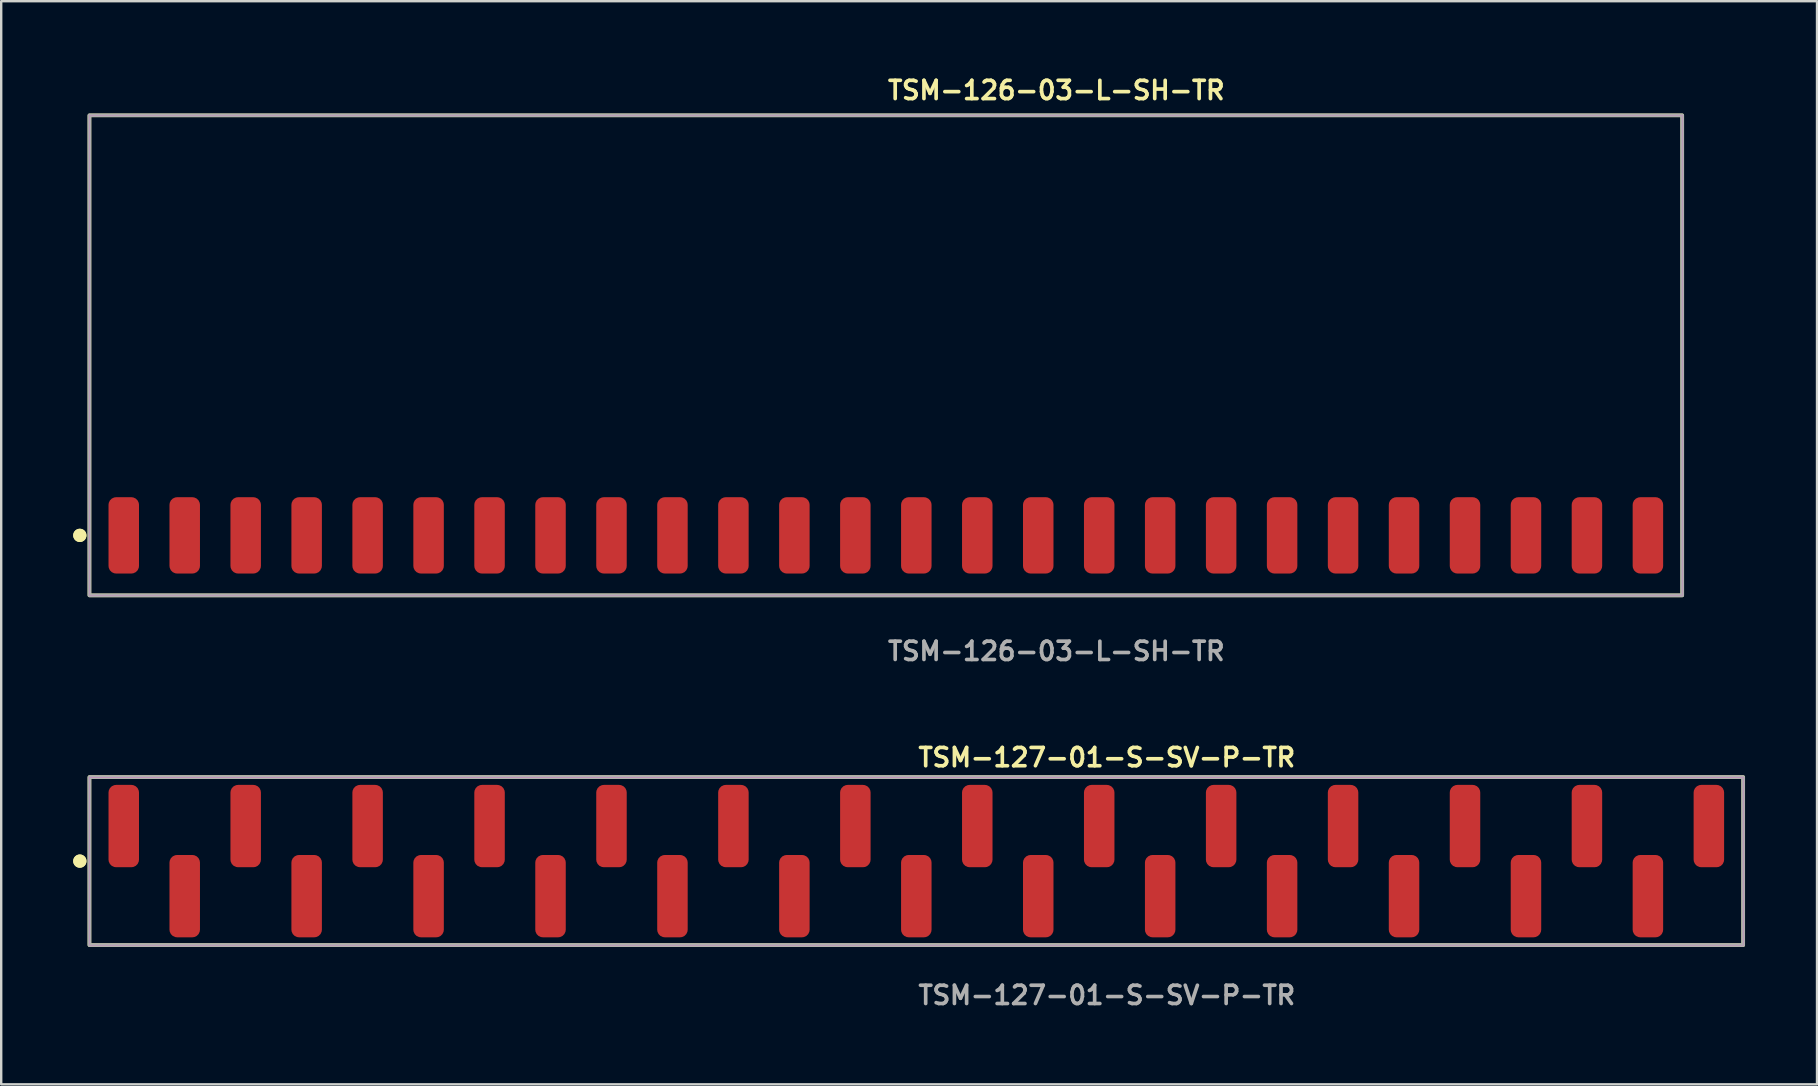
<source format=kicad_pcb>
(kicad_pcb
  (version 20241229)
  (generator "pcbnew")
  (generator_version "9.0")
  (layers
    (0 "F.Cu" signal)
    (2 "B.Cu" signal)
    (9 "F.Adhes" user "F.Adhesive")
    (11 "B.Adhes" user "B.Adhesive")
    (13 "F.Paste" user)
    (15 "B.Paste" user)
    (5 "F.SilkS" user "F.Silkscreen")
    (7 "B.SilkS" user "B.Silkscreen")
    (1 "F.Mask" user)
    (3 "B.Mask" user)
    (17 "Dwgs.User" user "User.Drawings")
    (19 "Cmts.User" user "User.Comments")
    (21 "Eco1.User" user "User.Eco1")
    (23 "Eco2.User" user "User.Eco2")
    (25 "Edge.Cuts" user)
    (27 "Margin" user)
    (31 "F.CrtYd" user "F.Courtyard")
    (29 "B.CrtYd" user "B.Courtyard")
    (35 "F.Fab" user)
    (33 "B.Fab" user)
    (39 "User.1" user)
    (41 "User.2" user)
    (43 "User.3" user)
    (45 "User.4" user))
  (footprint "TSM-126-03-L-SH-TR"
    (layer "F.Cu")
    (at 33.856 19.255)
    (property "Reference" "TSM-126-03-L-SH-TR" (at 0 -18.542 0) (unlocked yes) (layer "F.SilkS") (effects (font (size 0.762 0.762) (thickness 0.152)) (justify left)))
    (fp_rect (start -33.18 2.5) (end 33.18 -17.5) (stroke (width 0.152) (type solid)) (fill no) (layer "F.SilkS"))
    (fp_circle (center -33.58 0) (end -33.78 0) (stroke (width 0.152) (type solid)) (fill yes) (layer "F.SilkS"))
    (fp_circle (center -33.58 0) (end -33.78 0) (stroke (width 0.152) (type solid)) (fill yes) (layer "F.SilkS"))
    (fp_rect (start -33.18 2.5) (end 33.18 -17.5) (stroke (width 0.006) (type solid)) (fill no) (layer "F.CrtYd"))
    (fp_rect (start -33.18 2.5) (end 33.18 -17.5) (stroke (width 0.152) (type solid)) (fill no) (layer "F.Fab"))
    (fp_text user "${REFERENCE}" (at 0 4.826 0) (unlocked yes) (layer "F.Fab") (effects (font (size 0.762 0.762) (thickness 0.152)) (justify left)))
    (pad "1" smd roundrect (at -31.75 0) (size 1.27 3.18) (layers "F.Cu" "F.Paste") (roundrect_rratio 0.25))
    (pad "2" smd roundrect (at -29.21 0) (size 1.27 3.18) (layers "F.Cu" "F.Paste") (roundrect_rratio 0.25))
    (pad "3" smd roundrect (at -26.67 0) (size 1.27 3.18) (layers "F.Cu" "F.Paste") (roundrect_rratio 0.25))
    (pad "4" smd roundrect (at -24.13 0) (size 1.27 3.18) (layers "F.Cu" "F.Paste") (roundrect_rratio 0.25))
    (pad "5" smd roundrect (at -21.59 0) (size 1.27 3.18) (layers "F.Cu" "F.Paste") (roundrect_rratio 0.25))
    (pad "6" smd roundrect (at -19.05 0) (size 1.27 3.18) (layers "F.Cu" "F.Paste") (roundrect_rratio 0.25))
    (pad "7" smd roundrect (at -16.51 0) (size 1.27 3.18) (layers "F.Cu" "F.Paste") (roundrect_rratio 0.25))
    (pad "8" smd roundrect (at -13.97 0) (size 1.27 3.18) (layers "F.Cu" "F.Paste") (roundrect_rratio 0.25))
    (pad "9" smd roundrect (at -11.43 0) (size 1.27 3.18) (layers "F.Cu" "F.Paste") (roundrect_rratio 0.25))
    (pad "10" smd roundrect (at -8.89 0) (size 1.27 3.18) (layers "F.Cu" "F.Paste") (roundrect_rratio 0.25))
    (pad "11" smd roundrect (at -6.35 0) (size 1.27 3.18) (layers "F.Cu" "F.Paste") (roundrect_rratio 0.25))
    (pad "12" smd roundrect (at -3.81 0) (size 1.27 3.18) (layers "F.Cu" "F.Paste") (roundrect_rratio 0.25))
    (pad "13" smd roundrect (at -1.27 0) (size 1.27 3.18) (layers "F.Cu" "F.Paste") (roundrect_rratio 0.25))
    (pad "14" smd roundrect (at 1.27 0) (size 1.27 3.18) (layers "F.Cu" "F.Paste") (roundrect_rratio 0.25))
    (pad "15" smd roundrect (at 3.81 0) (size 1.27 3.18) (layers "F.Cu" "F.Paste") (roundrect_rratio 0.25))
    (pad "16" smd roundrect (at 6.35 0) (size 1.27 3.18) (layers "F.Cu" "F.Paste") (roundrect_rratio 0.25))
    (pad "17" smd roundrect (at 8.89 0) (size 1.27 3.18) (layers "F.Cu" "F.Paste") (roundrect_rratio 0.25))
    (pad "18" smd roundrect (at 11.43 0) (size 1.27 3.18) (layers "F.Cu" "F.Paste") (roundrect_rratio 0.25))
    (pad "19" smd roundrect (at 13.97 0) (size 1.27 3.18) (layers "F.Cu" "F.Paste") (roundrect_rratio 0.25))
    (pad "20" smd roundrect (at 16.51 0) (size 1.27 3.18) (layers "F.Cu" "F.Paste") (roundrect_rratio 0.25))
    (pad "21" smd roundrect (at 19.05 0) (size 1.27 3.18) (layers "F.Cu" "F.Paste") (roundrect_rratio 0.25))
    (pad "22" smd roundrect (at 21.59 0) (size 1.27 3.18) (layers "F.Cu" "F.Paste") (roundrect_rratio 0.25))
    (pad "23" smd roundrect (at 24.13 0) (size 1.27 3.18) (layers "F.Cu" "F.Paste") (roundrect_rratio 0.25))
    (pad "24" smd roundrect (at 26.67 0) (size 1.27 3.18) (layers "F.Cu" "F.Paste") (roundrect_rratio 0.25))
    (pad "25" smd roundrect (at 29.21 0) (size 1.27 3.18) (layers "F.Cu" "F.Paste") (roundrect_rratio 0.25))
    (pad "26" smd roundrect (at 31.75 0) (size 1.27 3.18) (layers "F.Cu" "F.Paste") (roundrect_rratio 0.25)))
  (footprint "TSM-127-01-S-SV-P-TR"
    (layer "F.Cu")
    (at 35.126 32.826)
    (property "Reference" "TSM-127-01-S-SV-P-TR" (at 0 -4.318 0) (unlocked yes) (layer "F.SilkS") (effects (font (size 0.762 0.762) (thickness 0.152)) (justify left)))
    (fp_rect (start -34.45 3.5) (end 34.45 -3.5) (stroke (width 0.152) (type solid)) (fill no) (layer "F.SilkS"))
    (fp_circle (center -34.85 0) (end -35.05 0) (stroke (width 0.152) (type solid)) (fill yes) (layer "F.SilkS"))
    (fp_circle (center -34.85 0) (end -35.05 0) (stroke (width 0.152) (type solid)) (fill yes) (layer "F.SilkS"))
    (fp_rect (start -34.45 3.5) (end 34.45 -3.5) (stroke (width 0.006) (type solid)) (fill no) (layer "F.CrtYd"))
    (fp_rect (start -34.45 3.5) (end 34.45 -3.5) (stroke (width 0.152) (type solid)) (fill no) (layer "F.Fab"))
    (fp_text user "${REFERENCE}" (at 0 5.588 0) (unlocked yes) (layer "F.Fab") (effects (font (size 0.762 0.762) (thickness 0.152)) (justify left)))
    (pad "1" smd roundrect (at -33.02 -1.46) (size 1.27 3.43) (layers "F.Cu" "F.Paste") (roundrect_rratio 0.25))
    (pad "2" smd roundrect (at -30.48 1.46) (size 1.27 3.43) (layers "F.Cu" "F.Paste") (roundrect_rratio 0.25))
    (pad "3" smd roundrect (at -27.94 -1.46) (size 1.27 3.43) (layers "F.Cu" "F.Paste") (roundrect_rratio 0.25))
    (pad "4" smd roundrect (at -25.4 1.46) (size 1.27 3.43) (layers "F.Cu" "F.Paste") (roundrect_rratio 0.25))
    (pad "5" smd roundrect (at -22.86 -1.46) (size 1.27 3.43) (layers "F.Cu" "F.Paste") (roundrect_rratio 0.25))
    (pad "6" smd roundrect (at -20.32 1.46) (size 1.27 3.43) (layers "F.Cu" "F.Paste") (roundrect_rratio 0.25))
    (pad "7" smd roundrect (at -17.78 -1.46) (size 1.27 3.43) (layers "F.Cu" "F.Paste") (roundrect_rratio 0.25))
    (pad "8" smd roundrect (at -15.24 1.46) (size 1.27 3.43) (layers "F.Cu" "F.Paste") (roundrect_rratio 0.25))
    (pad "9" smd roundrect (at -12.7 -1.46) (size 1.27 3.43) (layers "F.Cu" "F.Paste") (roundrect_rratio 0.25))
    (pad "10" smd roundrect (at -10.16 1.46) (size 1.27 3.43) (layers "F.Cu" "F.Paste") (roundrect_rratio 0.25))
    (pad "11" smd roundrect (at -7.62 -1.46) (size 1.27 3.43) (layers "F.Cu" "F.Paste") (roundrect_rratio 0.25))
    (pad "12" smd roundrect (at -5.08 1.46) (size 1.27 3.43) (layers "F.Cu" "F.Paste") (roundrect_rratio 0.25))
    (pad "13" smd roundrect (at -2.54 -1.46) (size 1.27 3.43) (layers "F.Cu" "F.Paste") (roundrect_rratio 0.25))
    (pad "14" smd roundrect (at 0 1.46) (size 1.27 3.43) (layers "F.Cu" "F.Paste") (roundrect_rratio 0.25))
    (pad "15" smd roundrect (at 2.54 -1.46) (size 1.27 3.43) (layers "F.Cu" "F.Paste") (roundrect_rratio 0.25))
    (pad "16" smd roundrect (at 5.08 1.46) (size 1.27 3.43) (layers "F.Cu" "F.Paste") (roundrect_rratio 0.25))
    (pad "17" smd roundrect (at 7.62 -1.46) (size 1.27 3.43) (layers "F.Cu" "F.Paste") (roundrect_rratio 0.25))
    (pad "18" smd roundrect (at 10.16 1.46) (size 1.27 3.43) (layers "F.Cu" "F.Paste") (roundrect_rratio 0.25))
    (pad "19" smd roundrect (at 12.7 -1.46) (size 1.27 3.43) (layers "F.Cu" "F.Paste") (roundrect_rratio 0.25))
    (pad "20" smd roundrect (at 15.24 1.46) (size 1.27 3.43) (layers "F.Cu" "F.Paste") (roundrect_rratio 0.25))
    (pad "21" smd roundrect (at 17.78 -1.46) (size 1.27 3.43) (layers "F.Cu" "F.Paste") (roundrect_rratio 0.25))
    (pad "22" smd roundrect (at 20.32 1.46) (size 1.27 3.43) (layers "F.Cu" "F.Paste") (roundrect_rratio 0.25))
    (pad "23" smd roundrect (at 22.86 -1.46) (size 1.27 3.43) (layers "F.Cu" "F.Paste") (roundrect_rratio 0.25))
    (pad "24" smd roundrect (at 25.4 1.46) (size 1.27 3.43) (layers "F.Cu" "F.Paste") (roundrect_rratio 0.25))
    (pad "25" smd roundrect (at 27.94 -1.46) (size 1.27 3.43) (layers "F.Cu" "F.Paste") (roundrect_rratio 0.25))
    (pad "26" smd roundrect (at 30.48 1.46) (size 1.27 3.43) (layers "F.Cu" "F.Paste") (roundrect_rratio 0.25))
    (pad "27" smd roundrect (at 33.02 -1.46) (size 1.27 3.43) (layers "F.Cu" "F.Paste") (roundrect_rratio 0.25)))
  (gr_rect
    (start -3 -3)
    (end 72.652 42.127)
    (stroke (width 0.1) (type default))
    (fill no)
    (layer "Edge.Cuts")))
</source>
